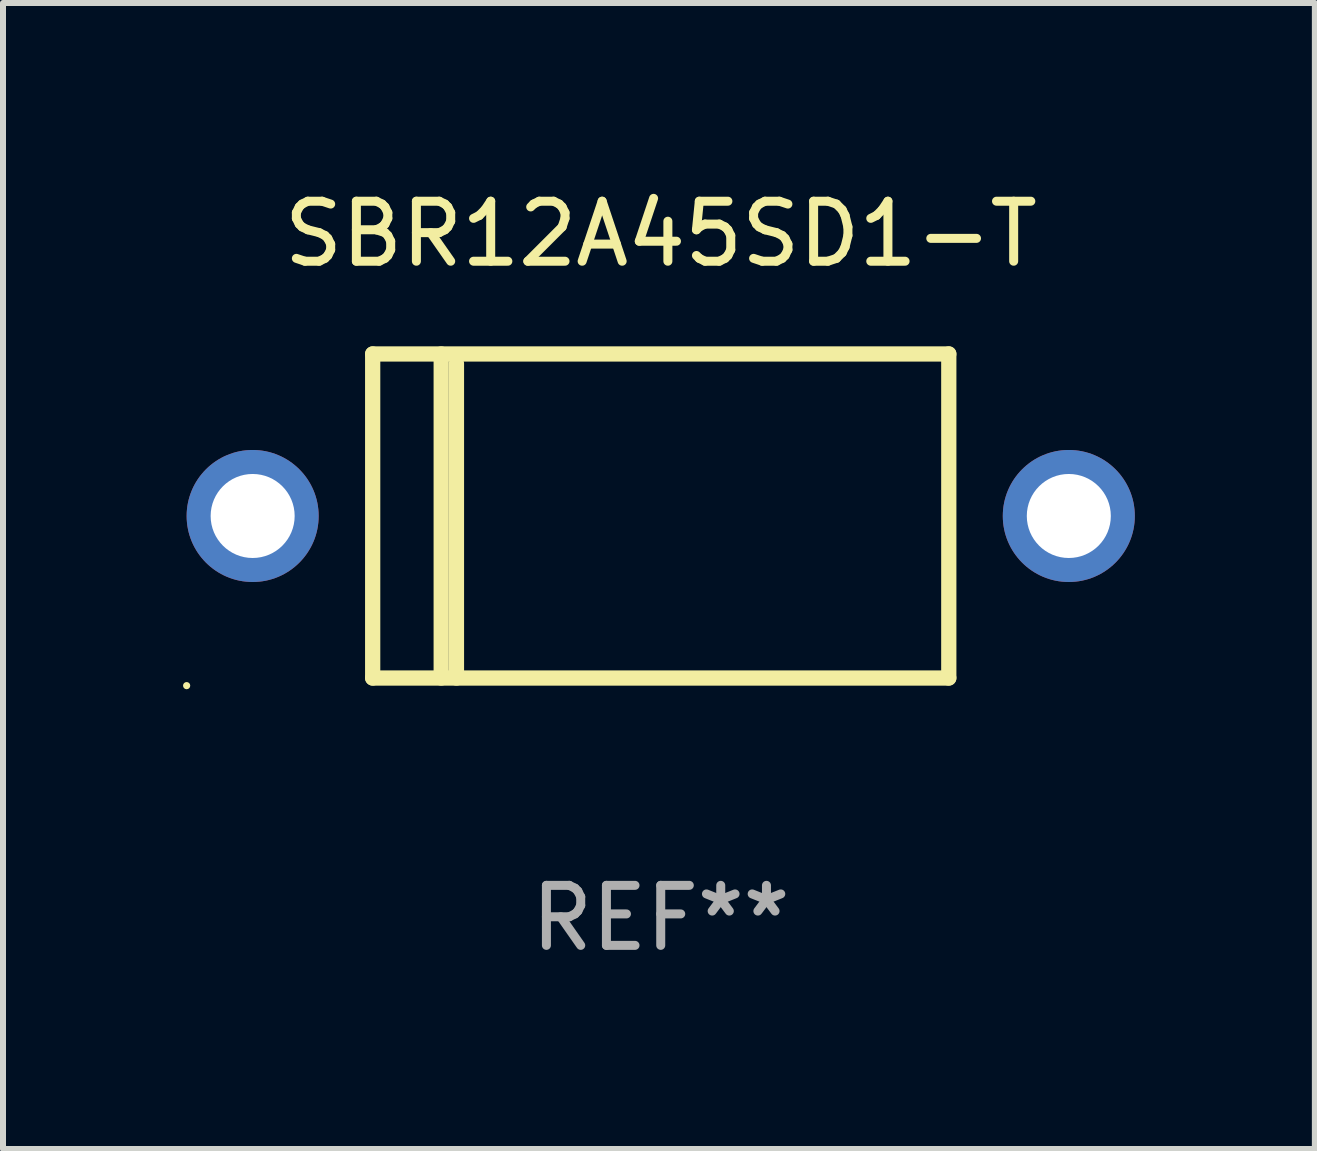
<source format=kicad_pcb>
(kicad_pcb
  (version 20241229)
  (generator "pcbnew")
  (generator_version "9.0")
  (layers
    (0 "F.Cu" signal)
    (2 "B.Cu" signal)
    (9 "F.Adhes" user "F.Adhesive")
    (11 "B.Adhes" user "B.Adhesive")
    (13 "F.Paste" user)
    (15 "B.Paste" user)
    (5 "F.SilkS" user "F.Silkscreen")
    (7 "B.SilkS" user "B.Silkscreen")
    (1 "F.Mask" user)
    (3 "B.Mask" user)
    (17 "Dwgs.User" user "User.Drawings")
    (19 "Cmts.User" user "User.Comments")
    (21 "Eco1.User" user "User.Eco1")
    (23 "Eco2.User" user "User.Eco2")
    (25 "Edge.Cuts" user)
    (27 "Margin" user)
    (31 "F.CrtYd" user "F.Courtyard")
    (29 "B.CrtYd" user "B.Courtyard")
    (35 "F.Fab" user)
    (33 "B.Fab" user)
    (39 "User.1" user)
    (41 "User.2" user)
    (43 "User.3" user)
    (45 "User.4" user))
  (footprint "SBR12A45SD1-T"
    (layer "F.Cu")
    (at 7.96 5.548)
    (property "Reference" "SBR12A45SD1-T" (at 0 -4.7 0) (layer "F.SilkS") (effects (font (size 1 1) (thickness 0.15))))
    (attr through_hole)
    (fp_line (start -4.8 -2.7) (end 4.8 -2.7) (stroke (width 0.254) (type solid)) (layer "F.SilkS"))
    (fp_line (start -4.8 2.7) (end -4.8 -2.7) (stroke (width 0.254) (type solid)) (layer "F.SilkS"))
    (fp_line (start -3.658 2.7) (end -3.658 -2.7) (stroke (width 0.254) (type solid)) (layer "F.SilkS"))
    (fp_line (start -3.404 2.7) (end -3.404 -2.54) (stroke (width 0.254) (type solid)) (layer "F.SilkS"))
    (fp_line (start 4.8 2.7) (end -4.8 2.7) (stroke (width 0.254) (type solid)) (layer "F.SilkS"))
    (fp_line (start 4.8 2.7) (end 4.8 -2.7) (stroke (width 0.254) (type solid)) (layer "F.SilkS"))
    (fp_circle (center -7.9 2.827) (end -7.87 2.827) (stroke (width 0.06) (type solid)) (fill no) (layer "F.SilkS"))
    (fp_text user "REF**" (at 0 6.7 0) (layer "F.Fab") (effects (font (size 1 1) (thickness 0.15))))
    (pad "1" thru_hole circle (at -6.8 0) (size 2.2 2.2) (drill 1.4) (layers "*.Cu" "*.Mask"))
    (pad "2" thru_hole circle (at 6.8 0) (size 2.2 2.2) (drill 1.4) (layers "*.Cu" "*.Mask")))
  (gr_rect
    (start -3 -3)
    (end 18.86 16.096)
    (stroke (width 0.1) (type default))
    (fill no)
    (layer "Edge.Cuts")))
</source>
